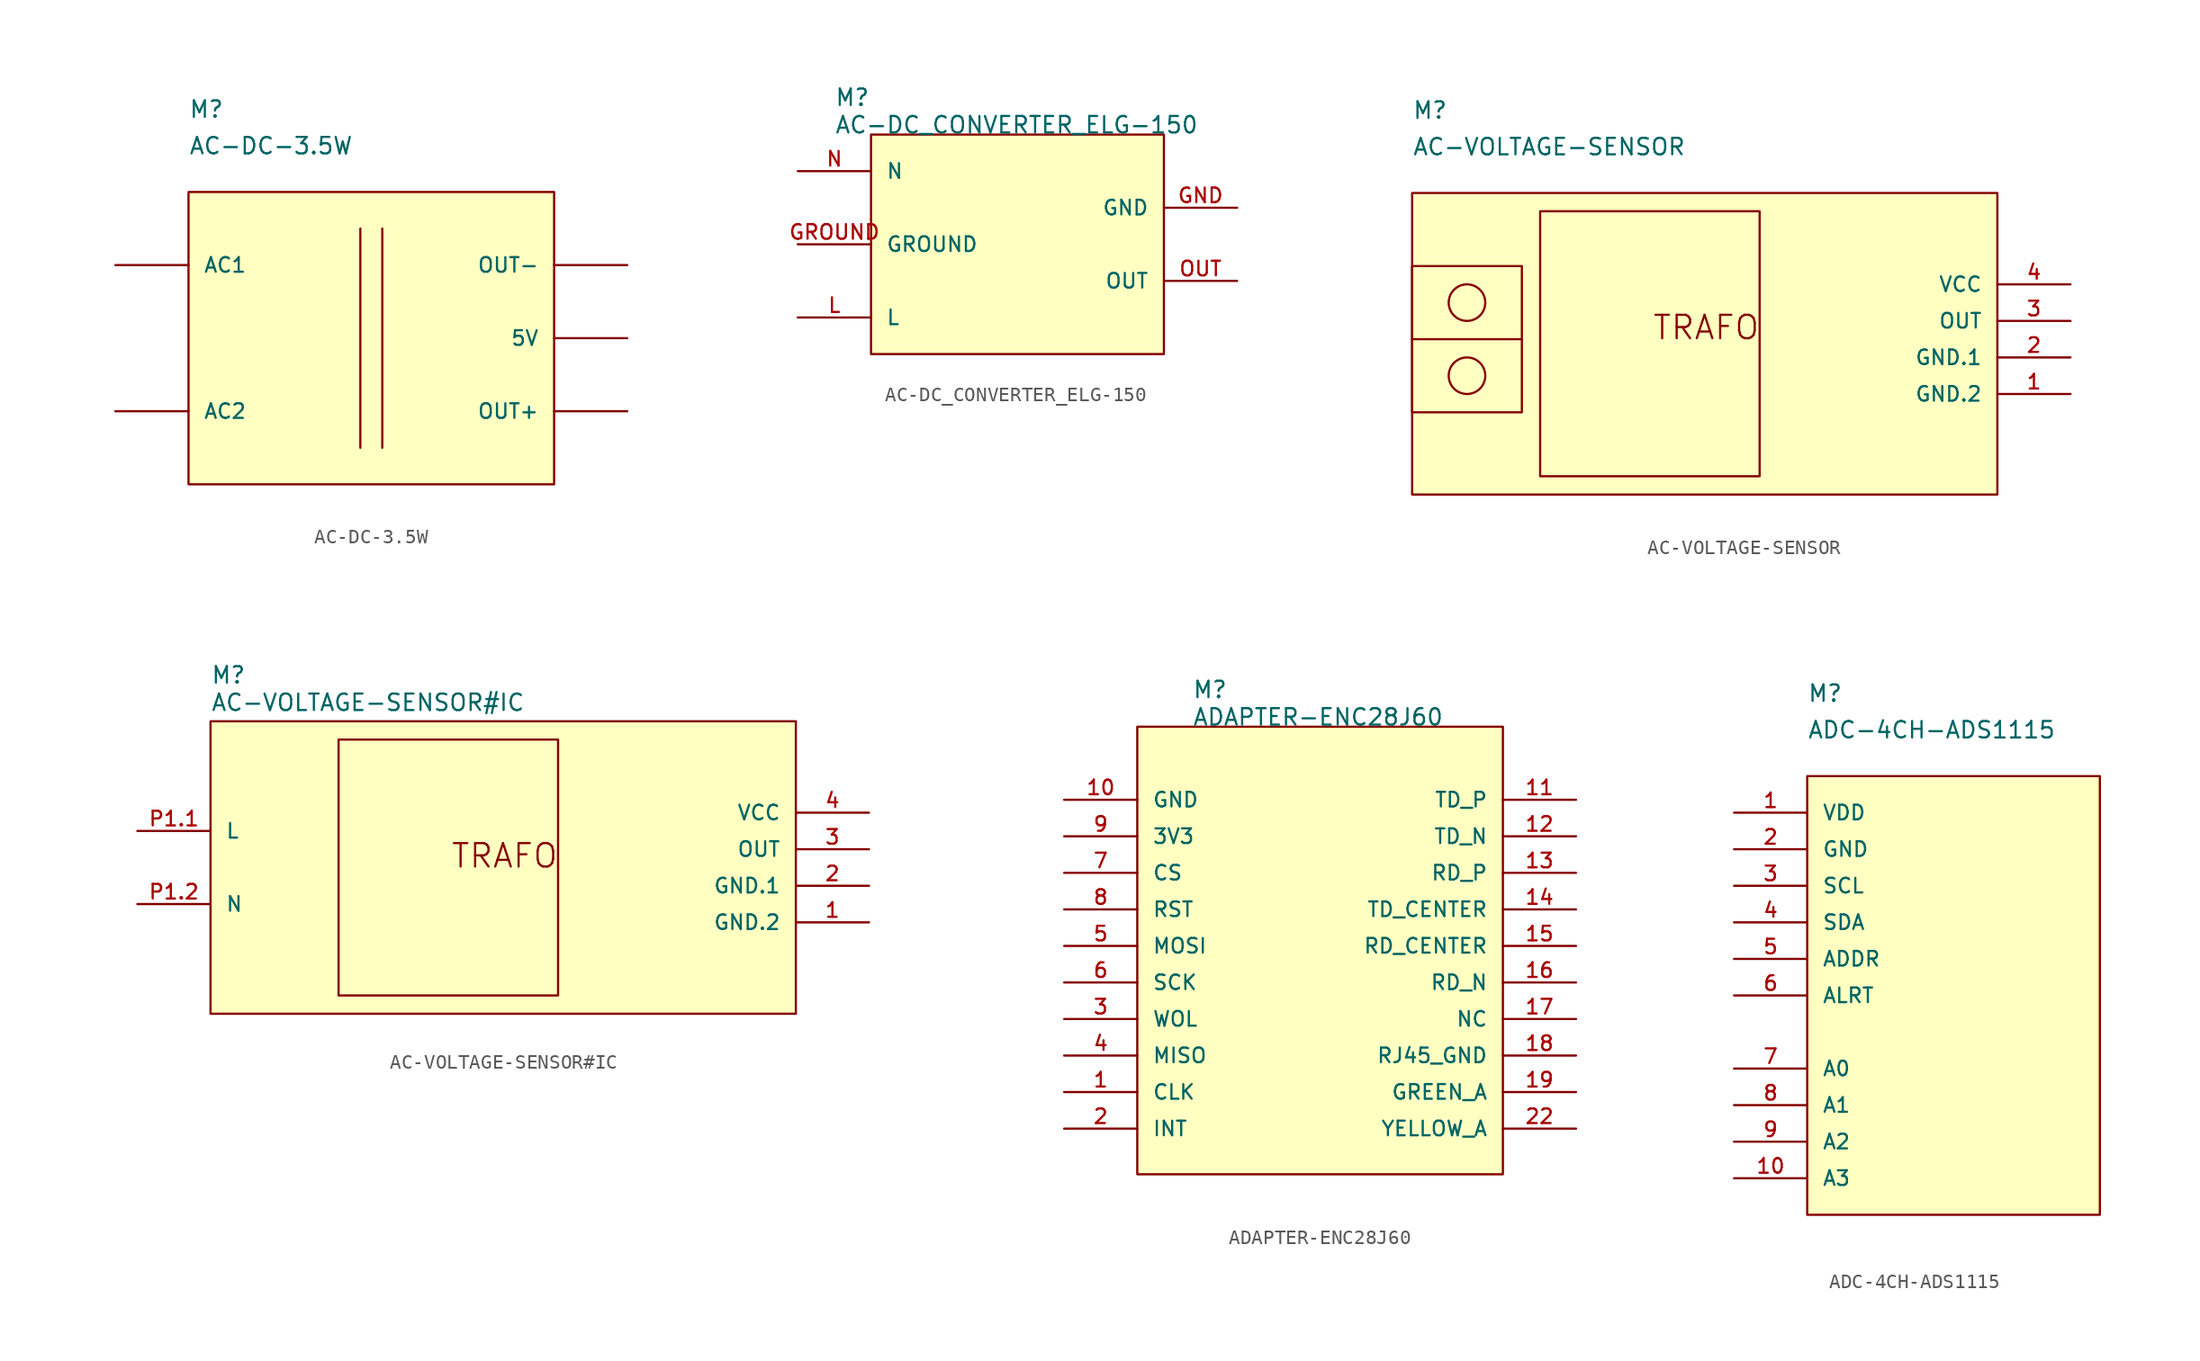
<source format=kicad_sym>
(kicad_symbol_lib
  (version 20211014)
  (generator kicad_symbol_editor)
  (symbol "AC-DC-3.5W"
    (pin_numbers hide)
    (pin_names
      (offset 1.016))
    (property "Reference" "M"
      (at -12.7 15.24 0)
      (effects (font (size 1.143 1.143)) (justify left bottom)))
    (property "Value" "AC-DC-3.5W"
      (at -12.7 12.7 0)
      (effects (font (size 1.143 1.143)) (justify left bottom)))
    (property "ki_locked" ""
      (at 0 0 0)
      (effects (font (size 1.27 1.27))))
    (symbol "AC-DC-3.5W_1_0"
      (polyline (pts (xy -0.762 7.62) (xy -0.762 -7.62)) (stroke (width 0) (type default) (color 0 0 0 0)) (fill (type none)))
      (polyline (pts (xy 0.762 7.62) (xy 0.762 -7.62)) (stroke (width 0) (type default) (color 0 0 0 0)) (fill (type none))))
    (symbol "AC-DC-3.5W_1_1"
      (rectangle (start -12.7 10.16) (end 12.7 -10.16) (stroke (width 0) (type default) (color 0 0 0 0)) (fill (type background)))
      (pin bidirectional line (at -17.78 5.08 0) (length 5.08) (name "AC1" (effects (font (size 1.016 1.016)))) (number "J1.1" (effects (font (size 1.016 1.016)))))
      (pin bidirectional line (at -17.78 -5.08 0) (length 5.08) (name "AC2" (effects (font (size 1.016 1.016)))) (number "J1.2" (effects (font (size 1.016 1.016)))))
      (pin bidirectional line (at 17.78 5.08 180) (length 5.08) (name "OUT-" (effects (font (size 1.016 1.016)))) (number "J2.1" (effects (font (size 1.016 1.016)))))
      (pin bidirectional line (at 17.78 0 180) (length 5.08) (name "5V" (effects (font (size 1.016 1.016)))) (number "J2.2" (effects (font (size 1.016 1.016)))))
      (pin bidirectional line (at 17.78 -5.08 180) (length 5.08) (name "OUT+" (effects (font (size 1.016 1.016)))) (number "J2.3" (effects (font (size 1.016 1.016)))))))
  (symbol "AC-DC_CONVERTER_ELG-150"
    (pin_names
      (offset 1.016))
    (property "Reference" "M"
      (at -12.7 9.525 0)
      (effects (font (size 1.143 1.143)) (justify left bottom)))
    (property "Value" "AC-DC_CONVERTER_ELG-150"
      (at -12.7 7.62 0)
      (effects (font (size 1.143 1.143)) (justify left bottom)))
    (property "ki_locked" ""
      (at 0 0 0)
      (effects (font (size 1.27 1.27))))
    (symbol "AC-DC_CONVERTER_ELG-150_1_1"
      (rectangle (start -10.16 7.62) (end 10.16 -7.62) (stroke (width 0) (type default) (color 0 0 0 0)) (fill (type background)))
      (pin bidirectional line (at 15.24 2.54 180) (length 5.08) (name "GND" (effects (font (size 1.016 1.016)))) (number "GND" (effects (font (size 1.016 1.016)))))
      (pin bidirectional line (at -15.24 0 0) (length 5.08) (name "GROUND" (effects (font (size 1.016 1.016)))) (number "GROUND" (effects (font (size 1.016 1.016)))))
      (pin bidirectional line (at -15.24 -5.08 0) (length 5.08) (name "L" (effects (font (size 1.016 1.016)))) (number "L" (effects (font (size 1.016 1.016)))))
      (pin bidirectional line (at -15.24 5.08 0) (length 5.08) (name "N" (effects (font (size 1.016 1.016)))) (number "N" (effects (font (size 1.016 1.016)))))
      (pin bidirectional line (at 15.24 -2.54 180) (length 5.08) (name "OUT" (effects (font (size 1.016 1.016)))) (number "OUT" (effects (font (size 1.016 1.016)))))))
  (symbol "AC-VOLTAGE-SENSOR"
    (pin_names
      (offset 1.016))
    (property "Reference" "M"
      (at -20.32 15.24 0)
      (effects (font (size 1.143 1.143)) (justify left bottom)))
    (property "Value" "AC-VOLTAGE-SENSOR"
      (at -20.32 12.7 0)
      (effects (font (size 1.143 1.143)) (justify left bottom)))
    (property "ki_locked" ""
      (at 0 0 0)
      (effects (font (size 1.27 1.27))))
    (symbol "AC-VOLTAGE-SENSOR_1_0"
      (polyline (pts (xy -20.32 0) (xy -12.7 0)) (stroke (width 0) (type default) (color 0 0 0 0)) (fill (type none)))
      (text "TRAFO" (at 0.102 0.813 0) (effects (font (size 1.626 1.626)))))
    (symbol "AC-VOLTAGE-SENSOR_1_1"
      (rectangle (start -20.32 5.08) (end -12.7 -5.08) (stroke (width 0) (type default) (color 0 0 0 0)) (fill (type none)))
      (rectangle (start -20.32 10.16) (end 20.32 -10.795) (stroke (width 0) (type default) (color 0 0 0 0)) (fill (type background)))
      (circle (center -16.51 -2.54) (radius 1.27) (stroke (width 0) (type default) (color 0 0 0 0)) (fill (type none)))
      (circle (center -16.51 2.54) (radius 1.27) (stroke (width 0) (type default) (color 0 0 0 0)) (fill (type none)))
      (rectangle (start -11.43 8.89) (end 3.81 -9.525) (stroke (width 0) (type default) (color 0 0 0 0)) (fill (type none)))
      (pin power_in line (at 25.4 -3.81 180) (length 5.08) (name "GND.2" (effects (font (size 1.016 1.016)))) (number "1" (effects (font (size 1.016 1.016)))))
      (pin power_in line (at 25.4 -1.27 180) (length 5.08) (name "GND.1" (effects (font (size 1.016 1.016)))) (number "2" (effects (font (size 1.016 1.016)))))
      (pin output line (at 25.4 1.27 180) (length 5.08) (name "OUT" (effects (font (size 1.016 1.016)))) (number "3" (effects (font (size 1.016 1.016)))))
      (pin power_in line (at 25.4 3.81 180) (length 5.08) (name "VCC" (effects (font (size 1.016 1.016)))) (number "4" (effects (font (size 1.016 1.016)))))))
  (symbol "AC-VOLTAGE-SENSOR#IC"
    (pin_names
      (offset 1.016))
    (property "Reference" "M"
      (at -20.32 12.7 0)
      (effects (font (size 1.143 1.143)) (justify left bottom)))
    (property "Value" "AC-VOLTAGE-SENSOR#IC"
      (at -20.32 10.795 0)
      (effects (font (size 1.143 1.143)) (justify left bottom)))
    (property "ki_locked" ""
      (at 0 0 0)
      (effects (font (size 1.27 1.27))))
    (symbol "AC-VOLTAGE-SENSOR#IC_1_0"
      (text "TRAFO" (at 0.102 0.813 0) (effects (font (size 1.626 1.626)))))
    (symbol "AC-VOLTAGE-SENSOR#IC_1_1"
      (rectangle (start -20.32 10.16) (end 20.32 -10.16) (stroke (width 0) (type default) (color 0 0 0 0)) (fill (type background)))
      (rectangle (start -11.43 8.89) (end 3.81 -8.89) (stroke (width 0) (type default) (color 0 0 0 0)) (fill (type none)))
      (pin power_in line (at 25.4 -3.81 180) (length 5.08) (name "GND.2" (effects (font (size 1.016 1.016)))) (number "1" (effects (font (size 1.016 1.016)))))
      (pin power_in line (at 25.4 -1.27 180) (length 5.08) (name "GND.1" (effects (font (size 1.016 1.016)))) (number "2" (effects (font (size 1.016 1.016)))))
      (pin output line (at 25.4 1.27 180) (length 5.08) (name "OUT" (effects (font (size 1.016 1.016)))) (number "3" (effects (font (size 1.016 1.016)))))
      (pin power_in line (at 25.4 3.81 180) (length 5.08) (name "VCC" (effects (font (size 1.016 1.016)))) (number "4" (effects (font (size 1.016 1.016)))))
      (pin passive line (at -25.4 2.54 0) (length 5.08) (name "L" (effects (font (size 1.016 1.016)))) (number "P1.1" (effects (font (size 1.016 1.016)))))
      (pin passive line (at -25.4 -2.54 0) (length 5.08) (name "N" (effects (font (size 1.016 1.016)))) (number "P1.2" (effects (font (size 1.016 1.016)))))))
  (symbol "ADAPTER-ENC28J60"
    (pin_names
      (offset 1.016))
    (property "Reference" "M"
      (at -8.89 17.145 0)
      (effects (font (size 1.143 1.143)) (justify left bottom)))
    (property "Value" "ADAPTER-ENC28J60"
      (at -8.89 15.24 0)
      (effects (font (size 1.143 1.143)) (justify left bottom)))
    (property "ki_locked" ""
      (at 0 0 0)
      (effects (font (size 1.27 1.27))))
    (symbol "ADAPTER-ENC28J60_1_1"
      (rectangle (start -12.7 15.24) (end 12.7 -15.875) (stroke (width 0) (type default) (color 0 0 0 0)) (fill (type background)))
      (pin bidirectional line (at -17.78 -10.16 0) (length 5.08) (name "CLK" (effects (font (size 1.016 1.016)))) (number "1" (effects (font (size 1.016 1.016)))))
      (pin bidirectional line (at -17.78 10.16 0) (length 5.08) (name "GND" (effects (font (size 1.016 1.016)))) (number "10" (effects (font (size 1.016 1.016)))))
      (pin bidirectional line (at 17.78 10.16 180) (length 5.08) (name "TD_P" (effects (font (size 1.016 1.016)))) (number "11" (effects (font (size 1.016 1.016)))))
      (pin bidirectional line (at 17.78 7.62 180) (length 5.08) (name "TD_N" (effects (font (size 1.016 1.016)))) (number "12" (effects (font (size 1.016 1.016)))))
      (pin bidirectional line (at 17.78 5.08 180) (length 5.08) (name "RD_P" (effects (font (size 1.016 1.016)))) (number "13" (effects (font (size 1.016 1.016)))))
      (pin bidirectional line (at 17.78 2.54 180) (length 5.08) (name "TD_CENTER" (effects (font (size 1.016 1.016)))) (number "14" (effects (font (size 1.016 1.016)))))
      (pin bidirectional line (at 17.78 0 180) (length 5.08) (name "RD_CENTER" (effects (font (size 1.016 1.016)))) (number "15" (effects (font (size 1.016 1.016)))))
      (pin bidirectional line (at 17.78 -2.54 180) (length 5.08) (name "RD_N" (effects (font (size 1.016 1.016)))) (number "16" (effects (font (size 1.016 1.016)))))
      (pin bidirectional line (at 17.78 -5.08 180) (length 5.08) (name "NC" (effects (font (size 1.016 1.016)))) (number "17" (effects (font (size 1.016 1.016)))))
      (pin bidirectional line (at 17.78 -7.62 180) (length 5.08) (name "RJ45_GND" (effects (font (size 1.016 1.016)))) (number "18" (effects (font (size 1.016 1.016)))))
      (pin bidirectional line (at 17.78 -10.16 180) (length 5.08) (name "GREEN_A" (effects (font (size 1.016 1.016)))) (number "19" (effects (font (size 1.016 1.016)))))
      (pin bidirectional line (at -17.78 -12.7 0) (length 5.08) (name "INT" (effects (font (size 1.016 1.016)))) (number "2" (effects (font (size 1.016 1.016)))))
      (pin bidirectional line (at 17.78 -12.7 180) (length 5.08) (name "YELLOW_A" (effects (font (size 1.016 1.016)))) (number "22" (effects (font (size 1.016 1.016)))))
      (pin bidirectional line (at -17.78 -5.08 0) (length 5.08) (name "WOL" (effects (font (size 1.016 1.016)))) (number "3" (effects (font (size 1.016 1.016)))))
      (pin bidirectional line (at -17.78 -7.62 0) (length 5.08) (name "MISO" (effects (font (size 1.016 1.016)))) (number "4" (effects (font (size 1.016 1.016)))))
      (pin bidirectional line (at -17.78 0 0) (length 5.08) (name "MOSI" (effects (font (size 1.016 1.016)))) (number "5" (effects (font (size 1.016 1.016)))))
      (pin bidirectional line (at -17.78 -2.54 0) (length 5.08) (name "SCK" (effects (font (size 1.016 1.016)))) (number "6" (effects (font (size 1.016 1.016)))))
      (pin bidirectional line (at -17.78 5.08 0) (length 5.08) (name "CS" (effects (font (size 1.016 1.016)))) (number "7" (effects (font (size 1.016 1.016)))))
      (pin bidirectional line (at -17.78 2.54 0) (length 5.08) (name "RST" (effects (font (size 1.016 1.016)))) (number "8" (effects (font (size 1.016 1.016)))))
      (pin bidirectional line (at -17.78 7.62 0) (length 5.08) (name "3V3" (effects (font (size 1.016 1.016)))) (number "9" (effects (font (size 1.016 1.016)))))))
  (symbol "ADC-4CH-ADS1115"
    (pin_names
      (offset 1.016))
    (property "Reference" "M"
      (at -10.16 20.32 0)
      (effects (font (size 1.143 1.143)) (justify left bottom)))
    (property "Value" "ADC-4CH-ADS1115"
      (at -10.16 17.78 0)
      (effects (font (size 1.143 1.143)) (justify left bottom)))
    (property "ki_locked" ""
      (at 0 0 0)
      (effects (font (size 1.27 1.27))))
    (symbol "ADC-4CH-ADS1115_1_1"
      (rectangle (start -10.16 15.24) (end 10.16 -15.24) (stroke (width 0) (type default) (color 0 0 0 0)) (fill (type background)))
      (pin power_in line (at -15.24 12.7 0) (length 5.08) (name "VDD" (effects (font (size 1.016 1.016)))) (number "1" (effects (font (size 1.016 1.016)))))
      (pin input line (at -15.24 -12.7 0) (length 5.08) (name "A3" (effects (font (size 1.016 1.016)))) (number "10" (effects (font (size 1.016 1.016)))))
      (pin power_in line (at -15.24 10.16 0) (length 5.08) (name "GND" (effects (font (size 1.016 1.016)))) (number "2" (effects (font (size 1.016 1.016)))))
      (pin bidirectional line (at -15.24 7.62 0) (length 5.08) (name "SCL" (effects (font (size 1.016 1.016)))) (number "3" (effects (font (size 1.016 1.016)))))
      (pin bidirectional line (at -15.24 5.08 0) (length 5.08) (name "SDA" (effects (font (size 1.016 1.016)))) (number "4" (effects (font (size 1.016 1.016)))))
      (pin bidirectional line (at -15.24 2.54 0) (length 5.08) (name "ADDR" (effects (font (size 1.016 1.016)))) (number "5" (effects (font (size 1.016 1.016)))))
      (pin bidirectional line (at -15.24 0 0) (length 5.08) (name "ALRT" (effects (font (size 1.016 1.016)))) (number "6" (effects (font (size 1.016 1.016)))))
      (pin input line (at -15.24 -5.08 0) (length 5.08) (name "A0" (effects (font (size 1.016 1.016)))) (number "7" (effects (font (size 1.016 1.016)))))
      (pin input line (at -15.24 -7.62 0) (length 5.08) (name "A1" (effects (font (size 1.016 1.016)))) (number "8" (effects (font (size 1.016 1.016)))))
      (pin input line (at -15.24 -10.16 0) (length 5.08) (name "A2" (effects (font (size 1.016 1.016)))) (number "9" (effects (font (size 1.016 1.016))))))))
</source>
